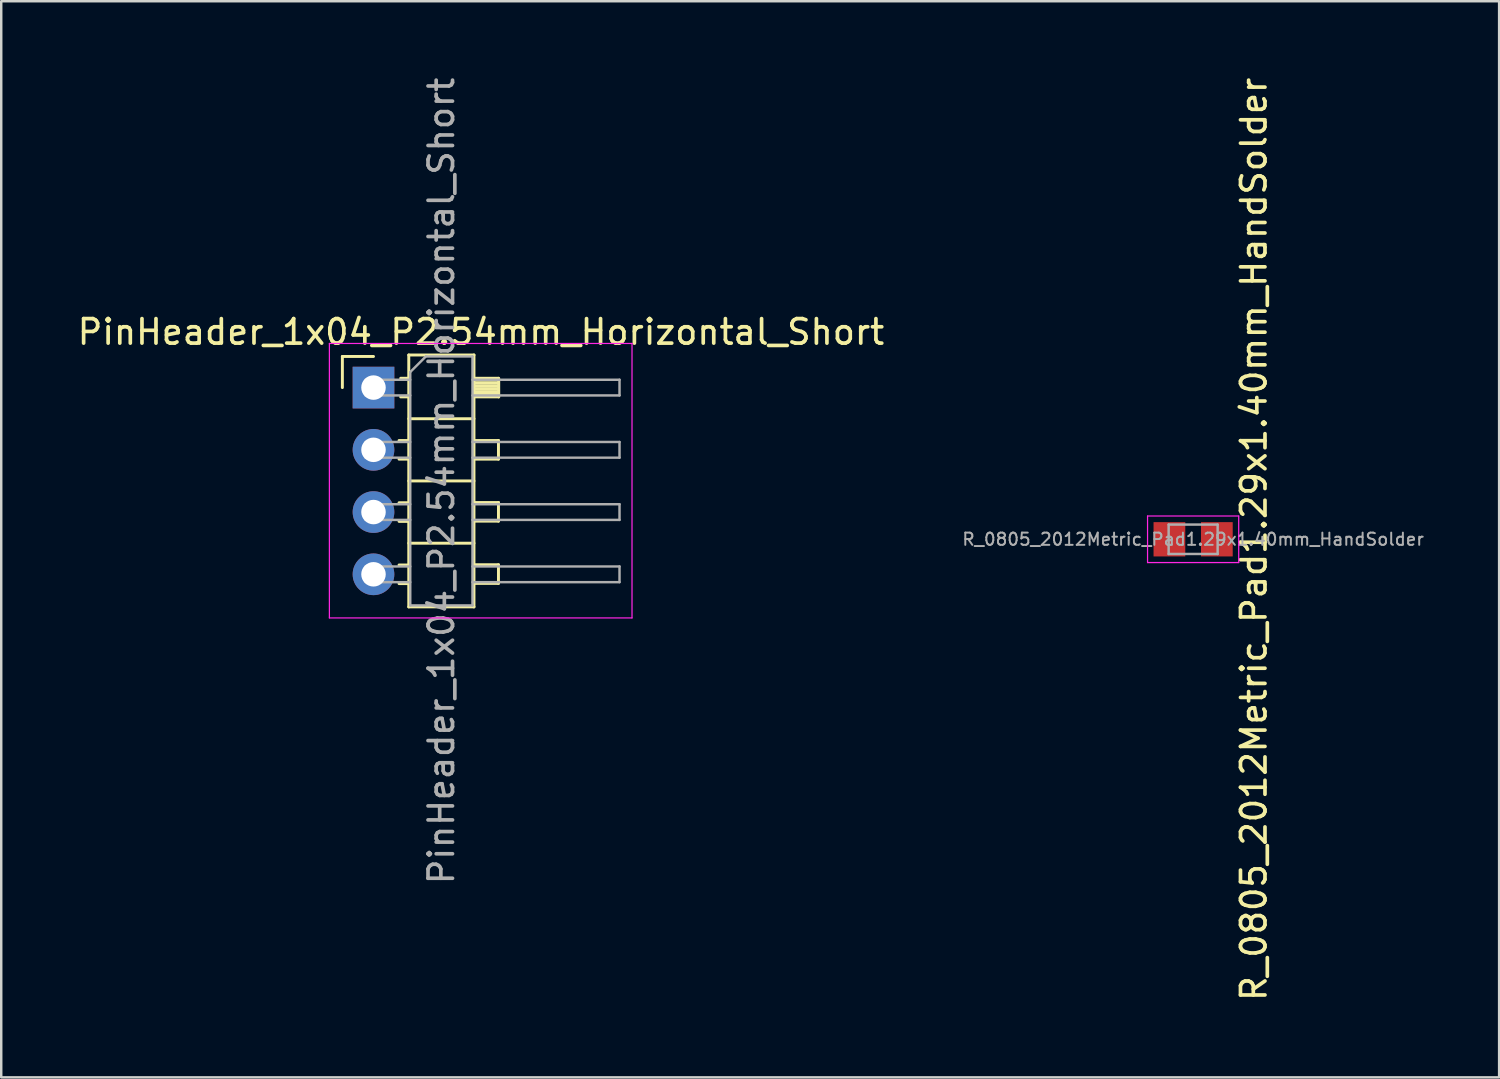
<source format=kicad_pcb>
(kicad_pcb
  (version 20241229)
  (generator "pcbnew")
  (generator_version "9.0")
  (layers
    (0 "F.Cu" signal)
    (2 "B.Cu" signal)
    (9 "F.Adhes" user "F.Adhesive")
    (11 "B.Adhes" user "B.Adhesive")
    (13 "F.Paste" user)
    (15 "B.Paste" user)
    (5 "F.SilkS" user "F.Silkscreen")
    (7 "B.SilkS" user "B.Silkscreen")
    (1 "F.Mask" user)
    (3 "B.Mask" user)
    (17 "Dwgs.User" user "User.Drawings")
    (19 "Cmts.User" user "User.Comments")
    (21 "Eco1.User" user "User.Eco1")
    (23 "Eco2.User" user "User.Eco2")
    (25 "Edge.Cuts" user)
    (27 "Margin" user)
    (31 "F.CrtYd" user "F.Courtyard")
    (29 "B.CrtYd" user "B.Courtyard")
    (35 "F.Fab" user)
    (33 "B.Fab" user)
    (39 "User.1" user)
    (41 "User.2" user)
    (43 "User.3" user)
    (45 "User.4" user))
  (footprint "R_0805_2012Metric_Pad1.29x1.40mm_HandSolder"
    (layer "F.Cu")
    (at 45.641 18.958)
    (property "Reference" "R_0805_2012Metric_Pad1.29x1.40mm_HandSolder" (at 2.477 0 270) (layer "F.SilkS") (effects (font (size 1 1) (thickness 0.15))))
    (attr smd)
    (fp_line (start -1.86 -0.95) (end 1.86 -0.95) (stroke (width 0.05) (type solid)) (layer "F.CrtYd"))
    (fp_line (start -1.86 0.95) (end -1.86 -0.95) (stroke (width 0.05) (type solid)) (layer "F.CrtYd"))
    (fp_line (start 1.86 -0.95) (end 1.86 0.95) (stroke (width 0.05) (type solid)) (layer "F.CrtYd"))
    (fp_line (start 1.86 0.95) (end -1.86 0.95) (stroke (width 0.05) (type solid)) (layer "F.CrtYd"))
    (fp_line (start -1 -0.6) (end 1 -0.6) (stroke (width 0.1) (type solid)) (layer "F.Fab"))
    (fp_line (start -1 0.6) (end -1 -0.6) (stroke (width 0.1) (type solid)) (layer "F.Fab"))
    (fp_line (start 1 -0.6) (end 1 0.6) (stroke (width 0.1) (type solid)) (layer "F.Fab"))
    (fp_line (start 1 0.6) (end -1 0.6) (stroke (width 0.1) (type solid)) (layer "F.Fab"))
    (fp_text user "${REFERENCE}" (at 0 0 0) (layer "F.Fab") (effects (font (size 0.5 0.5) (thickness 0.08))))
    (pad "1" smd rect (at -0.968 0) (size 1.295 1.4) (layers "F.Cu" "F.Mask" "F.Paste"))
    (pad "2" smd rect (at 0.968 0) (size 1.295 1.4) (layers "F.Cu" "F.Mask" "F.Paste")))
  (footprint "PinHeader_1x04_P2.54mm_Horizontal_Short"
    (layer "F.Cu")
    (at 12.192 12.767)
    (property "Reference" "PinHeader_1x04_P2.54mm_Horizontal_Short" (at 4.385 -2.27 0) (layer "F.SilkS") (effects (font (size 1 1) (thickness 0.15))))
    (attr through_hole)
    (fp_line (start -1.27 -1.27) (end 0 -1.27) (stroke (width 0.12) (type solid)) (layer "F.SilkS"))
    (fp_line (start -1.27 0) (end -1.27 -1.27) (stroke (width 0.12) (type solid)) (layer "F.SilkS"))
    (fp_line (start 1.043 2.16) (end 1.44 2.16) (stroke (width 0.12) (type solid)) (layer "F.SilkS"))
    (fp_line (start 1.043 2.92) (end 1.44 2.92) (stroke (width 0.12) (type solid)) (layer "F.SilkS"))
    (fp_line (start 1.043 4.7) (end 1.44 4.7) (stroke (width 0.12) (type solid)) (layer "F.SilkS"))
    (fp_line (start 1.043 5.46) (end 1.44 5.46) (stroke (width 0.12) (type solid)) (layer "F.SilkS"))
    (fp_line (start 1.043 7.24) (end 1.44 7.24) (stroke (width 0.12) (type solid)) (layer "F.SilkS"))
    (fp_line (start 1.043 8) (end 1.44 8) (stroke (width 0.12) (type solid)) (layer "F.SilkS"))
    (fp_line (start 1.11 -0.38) (end 1.44 -0.38) (stroke (width 0.12) (type solid)) (layer "F.SilkS"))
    (fp_line (start 1.11 0.38) (end 1.44 0.38) (stroke (width 0.12) (type solid)) (layer "F.SilkS"))
    (fp_line (start 1.44 -1.33) (end 1.44 8.95) (stroke (width 0.12) (type solid)) (layer "F.SilkS"))
    (fp_line (start 1.44 1.27) (end 4.1 1.27) (stroke (width 0.12) (type solid)) (layer "F.SilkS"))
    (fp_line (start 1.44 3.81) (end 4.1 3.81) (stroke (width 0.12) (type solid)) (layer "F.SilkS"))
    (fp_line (start 1.44 6.35) (end 4.1 6.35) (stroke (width 0.12) (type solid)) (layer "F.SilkS"))
    (fp_line (start 1.44 8.95) (end 4.1 8.95) (stroke (width 0.12) (type solid)) (layer "F.SilkS"))
    (fp_line (start 4.1 -1.33) (end 1.44 -1.33) (stroke (width 0.12) (type solid)) (layer "F.SilkS"))
    (fp_line (start 4.1 -0.38) (end 5.09 -0.38) (stroke (width 0.12) (type solid)) (layer "F.SilkS"))
    (fp_line (start 4.1 -0.32) (end 5.09 -0.32) (stroke (width 0.12) (type solid)) (layer "F.SilkS"))
    (fp_line (start 4.1 -0.2) (end 5.1 -0.2) (stroke (width 0.12) (type solid)) (layer "F.SilkS"))
    (fp_line (start 4.1 -0.08) (end 5.1 -0.08) (stroke (width 0.12) (type solid)) (layer "F.SilkS"))
    (fp_line (start 4.1 0.04) (end 5.1 0.04) (stroke (width 0.12) (type solid)) (layer "F.SilkS"))
    (fp_line (start 4.1 0.16) (end 5.1 0.16) (stroke (width 0.12) (type solid)) (layer "F.SilkS"))
    (fp_line (start 4.1 0.28) (end 5.1 0.28) (stroke (width 0.12) (type solid)) (layer "F.SilkS"))
    (fp_line (start 4.1 2.16) (end 5.1 2.16) (stroke (width 0.12) (type solid)) (layer "F.SilkS"))
    (fp_line (start 4.1 4.69) (end 5.1 4.69) (stroke (width 0.12) (type solid)) (layer "F.SilkS"))
    (fp_line (start 4.1 7.23) (end 5.1 7.23) (stroke (width 0.12) (type solid)) (layer "F.SilkS"))
    (fp_line (start 4.1 8.95) (end 4.1 -1.33) (stroke (width 0.12) (type solid)) (layer "F.SilkS"))
    (fp_line (start 5.1 2.16) (end 5.1 2.92) (stroke (width 0.12) (type solid)) (layer "F.SilkS"))
    (fp_line (start 5.1 2.92) (end 4.1 2.92) (stroke (width 0.12) (type solid)) (layer "F.SilkS"))
    (fp_line (start 5.1 4.69) (end 5.1 5.45) (stroke (width 0.12) (type solid)) (layer "F.SilkS"))
    (fp_line (start 5.1 5.45) (end 4.1 5.45) (stroke (width 0.12) (type solid)) (layer "F.SilkS"))
    (fp_line (start 5.1 7.23) (end 5.1 7.99) (stroke (width 0.12) (type solid)) (layer "F.SilkS"))
    (fp_line (start 5.1 7.99) (end 4.1 7.99) (stroke (width 0.12) (type solid)) (layer "F.SilkS"))
    (fp_line (start 5.11 -0.38) (end 5.11 0.38) (stroke (width 0.12) (type solid)) (layer "F.SilkS"))
    (fp_line (start 5.11 0.38) (end 4.1 0.38) (stroke (width 0.12) (type solid)) (layer "F.SilkS"))
    (fp_line (start -1.8 -1.8) (end -1.8 9.4) (stroke (width 0.05) (type solid)) (layer "F.CrtYd"))
    (fp_line (start -1.8 9.4) (end 10.55 9.4) (stroke (width 0.05) (type solid)) (layer "F.CrtYd"))
    (fp_line (start 10.55 -1.8) (end -1.8 -1.8) (stroke (width 0.05) (type solid)) (layer "F.CrtYd"))
    (fp_line (start 10.55 9.4) (end 10.55 -1.8) (stroke (width 0.05) (type solid)) (layer "F.CrtYd"))
    (fp_line (start -0.32 -0.32) (end -0.32 0.32) (stroke (width 0.1) (type solid)) (layer "F.Fab"))
    (fp_line (start -0.32 -0.32) (end 1.5 -0.32) (stroke (width 0.1) (type solid)) (layer "F.Fab"))
    (fp_line (start -0.32 0.32) (end 1.5 0.32) (stroke (width 0.1) (type solid)) (layer "F.Fab"))
    (fp_line (start -0.32 2.22) (end -0.32 2.86) (stroke (width 0.1) (type solid)) (layer "F.Fab"))
    (fp_line (start -0.32 2.22) (end 1.5 2.22) (stroke (width 0.1) (type solid)) (layer "F.Fab"))
    (fp_line (start -0.32 2.86) (end 1.5 2.86) (stroke (width 0.1) (type solid)) (layer "F.Fab"))
    (fp_line (start -0.32 4.76) (end -0.32 5.4) (stroke (width 0.1) (type solid)) (layer "F.Fab"))
    (fp_line (start -0.32 4.76) (end 1.5 4.76) (stroke (width 0.1) (type solid)) (layer "F.Fab"))
    (fp_line (start -0.32 5.4) (end 1.5 5.4) (stroke (width 0.1) (type solid)) (layer "F.Fab"))
    (fp_line (start -0.32 7.3) (end -0.32 7.94) (stroke (width 0.1) (type solid)) (layer "F.Fab"))
    (fp_line (start -0.32 7.3) (end 1.5 7.3) (stroke (width 0.1) (type solid)) (layer "F.Fab"))
    (fp_line (start -0.32 7.94) (end 1.5 7.94) (stroke (width 0.1) (type solid)) (layer "F.Fab"))
    (fp_line (start 1.5 -0.635) (end 2.135 -1.27) (stroke (width 0.1) (type solid)) (layer "F.Fab"))
    (fp_line (start 1.5 8.89) (end 1.5 -0.635) (stroke (width 0.1) (type solid)) (layer "F.Fab"))
    (fp_line (start 2.135 -1.27) (end 4.04 -1.27) (stroke (width 0.1) (type solid)) (layer "F.Fab"))
    (fp_line (start 4.04 -1.27) (end 4.04 8.89) (stroke (width 0.1) (type solid)) (layer "F.Fab"))
    (fp_line (start 4.04 -0.32) (end 10.04 -0.32) (stroke (width 0.1) (type solid)) (layer "F.Fab"))
    (fp_line (start 4.04 0.32) (end 10.04 0.32) (stroke (width 0.1) (type solid)) (layer "F.Fab"))
    (fp_line (start 4.04 2.22) (end 10.04 2.22) (stroke (width 0.1) (type solid)) (layer "F.Fab"))
    (fp_line (start 4.04 2.86) (end 10.04 2.86) (stroke (width 0.1) (type solid)) (layer "F.Fab"))
    (fp_line (start 4.04 4.76) (end 10.04 4.76) (stroke (width 0.1) (type solid)) (layer "F.Fab"))
    (fp_line (start 4.04 5.4) (end 10.04 5.4) (stroke (width 0.1) (type solid)) (layer "F.Fab"))
    (fp_line (start 4.04 7.3) (end 10.04 7.3) (stroke (width 0.1) (type solid)) (layer "F.Fab"))
    (fp_line (start 4.04 7.94) (end 10.04 7.94) (stroke (width 0.1) (type solid)) (layer "F.Fab"))
    (fp_line (start 4.04 8.89) (end 1.5 8.89) (stroke (width 0.1) (type solid)) (layer "F.Fab"))
    (fp_line (start 10.04 -0.32) (end 10.04 0.32) (stroke (width 0.1) (type solid)) (layer "F.Fab"))
    (fp_line (start 10.04 2.22) (end 10.04 2.86) (stroke (width 0.1) (type solid)) (layer "F.Fab"))
    (fp_line (start 10.04 4.76) (end 10.04 5.4) (stroke (width 0.1) (type solid)) (layer "F.Fab"))
    (fp_line (start 10.04 7.3) (end 10.04 7.94) (stroke (width 0.1) (type solid)) (layer "F.Fab"))
    (fp_text user "${REFERENCE}" (at 2.77 3.81 90) (layer "F.Fab") (effects (font (size 1 1) (thickness 0.15))))
    (pad "1" thru_hole rect (at 0 0) (size 1.7 1.7) (drill 1) (layers "*.Cu" "*.Mask"))
    (pad "2" thru_hole oval (at 0 2.54) (size 1.7 1.7) (drill 1) (layers "*.Cu" "*.Mask"))
    (pad "3" thru_hole oval (at 0 5.08) (size 1.7 1.7) (drill 1) (layers "*.Cu" "*.Mask"))
    (pad "4" thru_hole oval (at 0 7.62) (size 1.7 1.7) (drill 1) (layers "*.Cu" "*.Mask")))
  (gr_rect
    (start -3 -3)
    (end 58.128 40.917)
    (stroke (width 0.1) (type default))
    (fill no)
    (layer "Edge.Cuts")))
</source>
